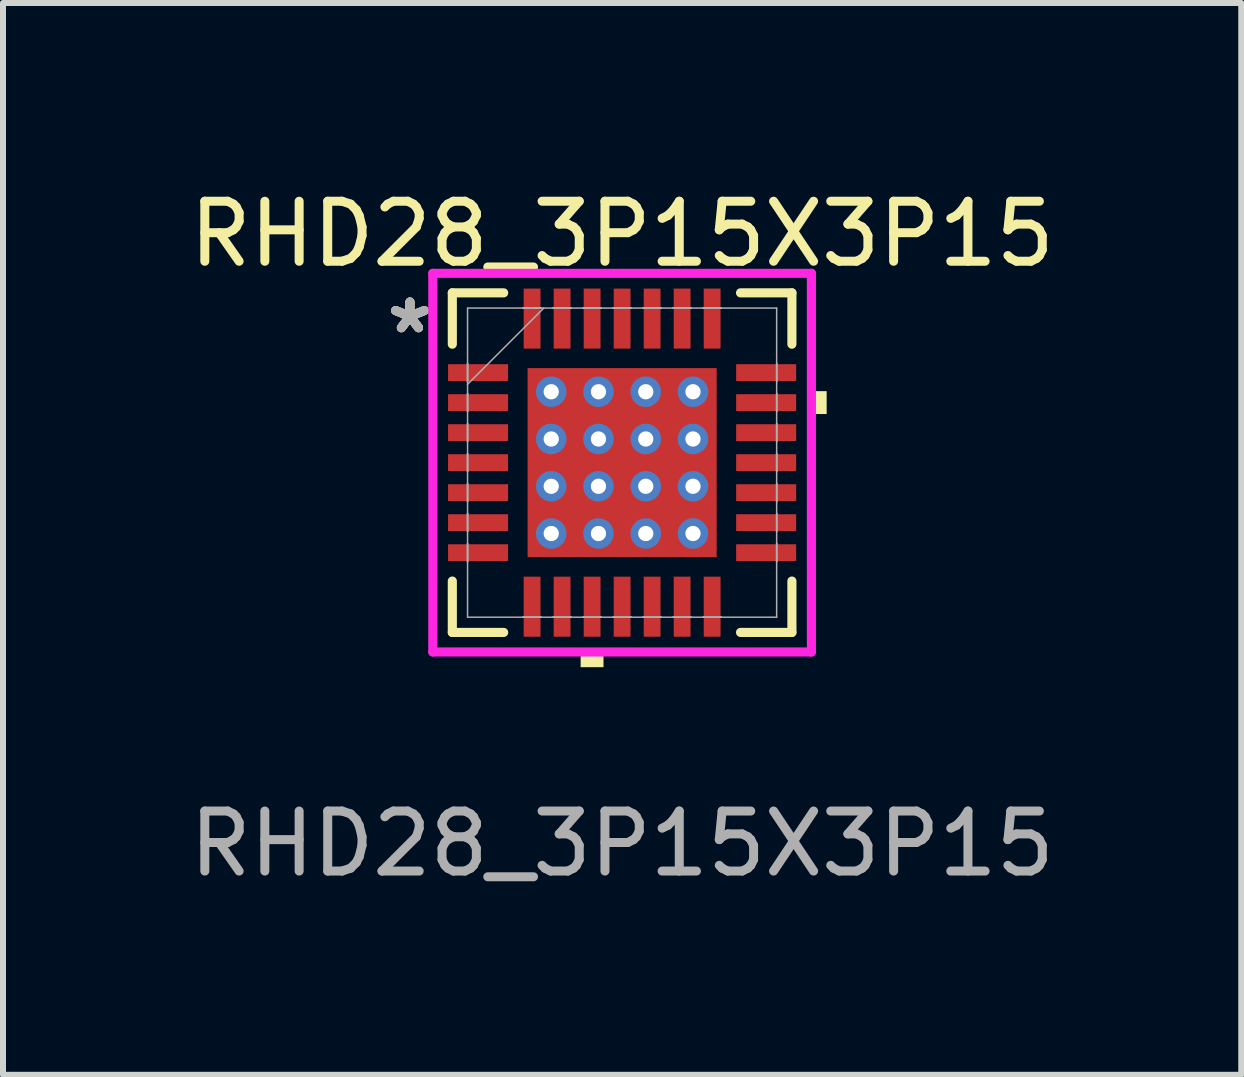
<source format=kicad_pcb>
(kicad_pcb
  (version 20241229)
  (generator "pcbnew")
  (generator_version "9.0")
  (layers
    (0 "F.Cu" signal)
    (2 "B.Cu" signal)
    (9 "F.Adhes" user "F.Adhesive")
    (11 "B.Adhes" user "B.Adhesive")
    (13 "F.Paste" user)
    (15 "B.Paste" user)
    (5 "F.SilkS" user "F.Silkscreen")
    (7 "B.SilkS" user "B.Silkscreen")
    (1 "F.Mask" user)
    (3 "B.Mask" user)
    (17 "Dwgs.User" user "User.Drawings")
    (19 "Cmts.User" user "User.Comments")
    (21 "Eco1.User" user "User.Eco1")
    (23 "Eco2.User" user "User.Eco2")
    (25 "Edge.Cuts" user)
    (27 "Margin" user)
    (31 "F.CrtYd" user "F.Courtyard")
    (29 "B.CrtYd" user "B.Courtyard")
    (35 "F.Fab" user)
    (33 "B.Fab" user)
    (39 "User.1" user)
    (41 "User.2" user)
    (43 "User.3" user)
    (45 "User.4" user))
  (footprint "RHD28_3P15X3P15"
    (layer "F.Cu")
    (at 7.315 4.658)
    (property "Reference" "RHD28_3P15X3P15" (at 0 -3.81 0) (unlocked yes) (layer "F.SilkS") (effects (font (size 1 1) (thickness 0.15))))
    (attr smd)
    (fp_poly (pts (xy -2.97 -1.71) (xy -2.97 -1.29) (xy -1.83 -1.29) (xy -1.83 -1.71)) (stroke (width 0) (type solid)) (fill yes) (layer "F.Mask"))
    (fp_poly (pts (xy -2.97 -1.21) (xy -2.97 -0.79) (xy -1.83 -0.79) (xy -1.83 -1.21)) (stroke (width 0) (type solid)) (fill yes) (layer "F.Mask"))
    (fp_poly (pts (xy -2.97 -0.71) (xy -2.97 -0.29) (xy -1.83 -0.29) (xy -1.83 -0.71)) (stroke (width 0) (type solid)) (fill yes) (layer "F.Mask"))
    (fp_poly (pts (xy -2.97 -0.21) (xy -2.97 0.21) (xy -1.83 0.21) (xy -1.83 -0.21)) (stroke (width 0) (type solid)) (fill yes) (layer "F.Mask"))
    (fp_poly (pts (xy -2.97 0.29) (xy -2.97 0.71) (xy -1.83 0.71) (xy -1.83 0.29)) (stroke (width 0) (type solid)) (fill yes) (layer "F.Mask"))
    (fp_poly (pts (xy -2.97 0.79) (xy -2.97 1.21) (xy -1.83 1.21) (xy -1.83 0.79)) (stroke (width 0) (type solid)) (fill yes) (layer "F.Mask"))
    (fp_poly (pts (xy -2.97 1.29) (xy -2.97 1.71) (xy -1.83 1.71) (xy -1.83 1.29)) (stroke (width 0) (type solid)) (fill yes) (layer "F.Mask"))
    (fp_poly (pts (xy -1.71 -2.97) (xy -1.71 -1.83) (xy -1.291 -1.83) (xy -1.291 -2.97)) (stroke (width 0) (type solid)) (fill yes) (layer "F.Mask"))
    (fp_poly (pts (xy -1.71 1.83) (xy -1.71 2.97) (xy -1.291 2.97) (xy -1.291 1.83)) (stroke (width 0) (type solid)) (fill yes) (layer "F.Mask"))
    (fp_poly (pts (xy -1.638 -1.638) (xy -1.381 -1.638) (xy -1.381 1.638) (xy -1.638 1.638)) (stroke (width 0) (type solid)) (fill yes) (layer "F.Mask"))
    (fp_poly (pts (xy -1.638 -1.638) (xy 1.638 -1.638) (xy 1.638 -1.381) (xy -1.638 -1.381)) (stroke (width 0) (type solid)) (fill yes) (layer "F.Mask"))
    (fp_poly (pts (xy -1.638 -0.981) (xy 1.638 -0.981) (xy 1.638 -0.594) (xy -1.638 -0.594)) (stroke (width 0) (type solid)) (fill yes) (layer "F.Mask"))
    (fp_poly (pts (xy -1.638 -0.194) (xy 1.638 -0.194) (xy 1.638 0.194) (xy -1.638 0.194)) (stroke (width 0) (type solid)) (fill yes) (layer "F.Mask"))
    (fp_poly (pts (xy -1.638 0.594) (xy 1.638 0.594) (xy 1.638 0.981) (xy -1.638 0.981)) (stroke (width 0) (type solid)) (fill yes) (layer "F.Mask"))
    (fp_poly (pts (xy -1.638 1.381) (xy 1.638 1.381) (xy 1.638 1.638) (xy -1.638 1.638)) (stroke (width 0) (type solid)) (fill yes) (layer "F.Mask"))
    (fp_poly (pts (xy -1.21 -2.97) (xy -1.21 -1.83) (xy -0.791 -1.83) (xy -0.791 -2.97)) (stroke (width 0) (type solid)) (fill yes) (layer "F.Mask"))
    (fp_poly (pts (xy -1.21 1.83) (xy -1.21 2.97) (xy -0.791 2.97) (xy -0.791 1.83)) (stroke (width 0) (type solid)) (fill yes) (layer "F.Mask"))
    (fp_poly (pts (xy -0.71 -2.97) (xy -0.71 -1.83) (xy -0.291 -1.83) (xy -0.291 -2.97)) (stroke (width 0) (type solid)) (fill yes) (layer "F.Mask"))
    (fp_poly (pts (xy -0.71 1.83) (xy -0.71 2.97) (xy -0.291 2.97) (xy -0.291 1.83)) (stroke (width 0) (type solid)) (fill yes) (layer "F.Mask"))
    (fp_poly (pts (xy -0.594 -1.638) (xy -0.981 -1.638) (xy -0.981 1.638) (xy -0.594 1.638)) (stroke (width 0) (type solid)) (fill yes) (layer "F.Mask"))
    (fp_poly (pts (xy -0.21 -2.97) (xy -0.21 -1.83) (xy 0.21 -1.83) (xy 0.21 -2.97)) (stroke (width 0) (type solid)) (fill yes) (layer "F.Mask"))
    (fp_poly (pts (xy -0.21 1.83) (xy -0.21 2.97) (xy 0.21 2.97) (xy 0.21 1.83)) (stroke (width 0) (type solid)) (fill yes) (layer "F.Mask"))
    (fp_poly (pts (xy 0.194 -1.638) (xy -0.194 -1.638) (xy -0.194 1.638) (xy 0.194 1.638)) (stroke (width 0) (type solid)) (fill yes) (layer "F.Mask"))
    (fp_poly (pts (xy 0.291 -2.97) (xy 0.291 -1.83) (xy 0.71 -1.83) (xy 0.71 -2.97)) (stroke (width 0) (type solid)) (fill yes) (layer "F.Mask"))
    (fp_poly (pts (xy 0.291 1.83) (xy 0.291 2.97) (xy 0.71 2.97) (xy 0.71 1.83)) (stroke (width 0) (type solid)) (fill yes) (layer "F.Mask"))
    (fp_poly (pts (xy 0.791 -2.97) (xy 0.791 -1.83) (xy 1.21 -1.83) (xy 1.21 -2.97)) (stroke (width 0) (type solid)) (fill yes) (layer "F.Mask"))
    (fp_poly (pts (xy 0.791 1.83) (xy 0.791 2.97) (xy 1.21 2.97) (xy 1.21 1.83)) (stroke (width 0) (type solid)) (fill yes) (layer "F.Mask"))
    (fp_poly (pts (xy 0.981 -1.638) (xy 0.594 -1.638) (xy 0.594 1.638) (xy 0.981 1.638)) (stroke (width 0) (type solid)) (fill yes) (layer "F.Mask"))
    (fp_poly (pts (xy 1.291 -2.97) (xy 1.291 -1.83) (xy 1.71 -1.83) (xy 1.71 -2.97)) (stroke (width 0) (type solid)) (fill yes) (layer "F.Mask"))
    (fp_poly (pts (xy 1.291 1.83) (xy 1.291 2.97) (xy 1.71 2.97) (xy 1.71 1.83)) (stroke (width 0) (type solid)) (fill yes) (layer "F.Mask"))
    (fp_poly (pts (xy 1.381 -1.638) (xy 1.638 -1.638) (xy 1.638 1.638) (xy 1.381 1.638)) (stroke (width 0) (type solid)) (fill yes) (layer "F.Mask"))
    (fp_poly (pts (xy 1.83 -1.71) (xy 1.83 -1.29) (xy 2.97 -1.29) (xy 2.97 -1.71)) (stroke (width 0) (type solid)) (fill yes) (layer "F.Mask"))
    (fp_poly (pts (xy 1.83 -1.21) (xy 1.83 -0.79) (xy 2.97 -0.79) (xy 2.97 -1.21)) (stroke (width 0) (type solid)) (fill yes) (layer "F.Mask"))
    (fp_poly (pts (xy 1.83 -0.71) (xy 1.83 -0.29) (xy 2.97 -0.29) (xy 2.97 -0.71)) (stroke (width 0) (type solid)) (fill yes) (layer "F.Mask"))
    (fp_poly (pts (xy 1.83 -0.21) (xy 1.83 0.21) (xy 2.97 0.21) (xy 2.97 -0.21)) (stroke (width 0) (type solid)) (fill yes) (layer "F.Mask"))
    (fp_poly (pts (xy 1.83 0.29) (xy 1.83 0.71) (xy 2.97 0.71) (xy 2.97 0.29)) (stroke (width 0) (type solid)) (fill yes) (layer "F.Mask"))
    (fp_poly (pts (xy 1.83 0.79) (xy 1.83 1.21) (xy 2.97 1.21) (xy 2.97 0.79)) (stroke (width 0) (type solid)) (fill yes) (layer "F.Mask"))
    (fp_poly (pts (xy 1.83 1.29) (xy 1.83 1.71) (xy 2.97 1.71) (xy 2.97 1.29)) (stroke (width 0) (type solid)) (fill yes) (layer "F.Mask"))
    (fp_line (start -2.829 -2.829) (end -2.829 -1.973) (stroke (width 0.152) (type solid)) (layer "F.SilkS"))
    (fp_line (start -2.829 1.973) (end -2.829 2.829) (stroke (width 0.152) (type solid)) (layer "F.SilkS"))
    (fp_line (start -2.829 2.829) (end -1.973 2.829) (stroke (width 0.152) (type solid)) (layer "F.SilkS"))
    (fp_line (start -1.973 -2.829) (end -2.829 -2.829) (stroke (width 0.152) (type solid)) (layer "F.SilkS"))
    (fp_line (start 1.973 2.829) (end 2.829 2.829) (stroke (width 0.152) (type solid)) (layer "F.SilkS"))
    (fp_line (start 2.829 -2.829) (end 1.973 -2.829) (stroke (width 0.152) (type solid)) (layer "F.SilkS"))
    (fp_line (start 2.829 -1.973) (end 2.829 -2.829) (stroke (width 0.152) (type solid)) (layer "F.SilkS"))
    (fp_line (start 2.829 2.829) (end 2.829 1.973) (stroke (width 0.152) (type solid)) (layer "F.SilkS"))
    (fp_poly (pts (xy -0.691 3.154) (xy -0.691 3.408) (xy -0.31 3.408) (xy -0.31 3.154)) (stroke (width 0) (type solid)) (fill yes) (layer "F.SilkS"))
    (fp_poly (pts (xy 3.408 -1.191) (xy 3.408 -0.81) (xy 3.154 -0.81) (xy 3.154 -1.191)) (stroke (width 0) (type solid)) (fill yes) (layer "F.SilkS"))
    (fp_poly (pts (xy -2.875 -1.615) (xy -2.875 -1.385) (xy -1.925 -1.385) (xy -1.925 -1.615)) (stroke (width 0) (type solid)) (fill yes) (layer "F.Paste"))
    (fp_poly (pts (xy -2.875 -1.115) (xy -2.875 -0.885) (xy -1.925 -0.885) (xy -1.925 -1.115)) (stroke (width 0) (type solid)) (fill yes) (layer "F.Paste"))
    (fp_poly (pts (xy -2.875 -0.615) (xy -2.875 -0.385) (xy -1.925 -0.385) (xy -1.925 -0.615)) (stroke (width 0) (type solid)) (fill yes) (layer "F.Paste"))
    (fp_poly (pts (xy -2.875 -0.115) (xy -2.875 0.115) (xy -1.925 0.115) (xy -1.925 -0.115)) (stroke (width 0) (type solid)) (fill yes) (layer "F.Paste"))
    (fp_poly (pts (xy -2.875 0.385) (xy -2.875 0.615) (xy -1.925 0.615) (xy -1.925 0.385)) (stroke (width 0) (type solid)) (fill yes) (layer "F.Paste"))
    (fp_poly (pts (xy -2.875 0.885) (xy -2.875 1.115) (xy -1.925 1.115) (xy -1.925 0.885)) (stroke (width 0) (type solid)) (fill yes) (layer "F.Paste"))
    (fp_poly (pts (xy -2.875 1.385) (xy -2.875 1.615) (xy -1.925 1.615) (xy -1.925 1.385)) (stroke (width 0) (type solid)) (fill yes) (layer "F.Paste"))
    (fp_poly (pts (xy -1.615 -2.875) (xy -1.615 -1.925) (xy -1.385 -1.925) (xy -1.385 -2.875)) (stroke (width 0) (type solid)) (fill yes) (layer "F.Paste"))
    (fp_poly (pts (xy -1.615 1.925) (xy -1.615 2.875) (xy -1.385 2.875) (xy -1.385 1.925)) (stroke (width 0) (type solid)) (fill yes) (layer "F.Paste"))
    (fp_poly (pts (xy -1.115 -2.875) (xy -1.115 -1.925) (xy -0.885 -1.925) (xy -0.885 -2.875)) (stroke (width 0) (type solid)) (fill yes) (layer "F.Paste"))
    (fp_poly (pts (xy -1.115 1.925) (xy -1.115 2.875) (xy -0.885 2.875) (xy -0.885 1.925)) (stroke (width 0) (type solid)) (fill yes) (layer "F.Paste"))
    (fp_poly (pts (xy -0.615 -2.875) (xy -0.615 -1.925) (xy -0.385 -1.925) (xy -0.385 -2.875)) (stroke (width 0) (type solid)) (fill yes) (layer "F.Paste"))
    (fp_poly (pts (xy -0.615 1.925) (xy -0.615 2.875) (xy -0.385 2.875) (xy -0.385 1.925)) (stroke (width 0) (type solid)) (fill yes) (layer "F.Paste"))
    (fp_poly (pts (xy -0.115 -2.875) (xy -0.115 -1.925) (xy 0.115 -1.925) (xy 0.115 -2.875)) (stroke (width 0) (type solid)) (fill yes) (layer "F.Paste"))
    (fp_poly (pts (xy -0.115 1.925) (xy -0.115 2.875) (xy 0.115 2.875) (xy 0.115 1.925)) (stroke (width 0) (type solid)) (fill yes) (layer "F.Paste"))
    (fp_poly (pts (xy 0.385 -2.875) (xy 0.385 -1.925) (xy 0.615 -1.925) (xy 0.615 -2.875)) (stroke (width 0) (type solid)) (fill yes) (layer "F.Paste"))
    (fp_poly (pts (xy 0.385 1.925) (xy 0.385 2.875) (xy 0.615 2.875) (xy 0.615 1.925)) (stroke (width 0) (type solid)) (fill yes) (layer "F.Paste"))
    (fp_poly (pts (xy 0.885 -2.875) (xy 0.885 -1.925) (xy 1.115 -1.925) (xy 1.115 -2.875)) (stroke (width 0) (type solid)) (fill yes) (layer "F.Paste"))
    (fp_poly (pts (xy 0.885 1.925) (xy 0.885 2.875) (xy 1.115 2.875) (xy 1.115 1.925)) (stroke (width 0) (type solid)) (fill yes) (layer "F.Paste"))
    (fp_poly (pts (xy 1.385 -2.875) (xy 1.385 -1.925) (xy 1.615 -1.925) (xy 1.615 -2.875)) (stroke (width 0) (type solid)) (fill yes) (layer "F.Paste"))
    (fp_poly (pts (xy 1.385 1.925) (xy 1.385 2.875) (xy 1.615 2.875) (xy 1.615 1.925)) (stroke (width 0) (type solid)) (fill yes) (layer "F.Paste"))
    (fp_poly (pts (xy 1.925 -1.615) (xy 1.925 -1.385) (xy 2.875 -1.385) (xy 2.875 -1.615)) (stroke (width 0) (type solid)) (fill yes) (layer "F.Paste"))
    (fp_poly (pts (xy 1.925 -1.115) (xy 1.925 -0.885) (xy 2.875 -0.885) (xy 2.875 -1.115)) (stroke (width 0) (type solid)) (fill yes) (layer "F.Paste"))
    (fp_poly (pts (xy 1.925 -0.615) (xy 1.925 -0.385) (xy 2.875 -0.385) (xy 2.875 -0.615)) (stroke (width 0) (type solid)) (fill yes) (layer "F.Paste"))
    (fp_poly (pts (xy 1.925 -0.115) (xy 1.925 0.115) (xy 2.875 0.115) (xy 2.875 -0.115)) (stroke (width 0) (type solid)) (fill yes) (layer "F.Paste"))
    (fp_poly (pts (xy 1.925 0.385) (xy 1.925 0.615) (xy 2.875 0.615) (xy 2.875 0.385)) (stroke (width 0) (type solid)) (fill yes) (layer "F.Paste"))
    (fp_poly (pts (xy 1.925 0.885) (xy 1.925 1.115) (xy 2.875 1.115) (xy 2.875 0.885)) (stroke (width 0) (type solid)) (fill yes) (layer "F.Paste"))
    (fp_poly (pts (xy 1.925 1.385) (xy 1.925 1.615) (xy 2.875 1.615) (xy 2.875 1.385)) (stroke (width 0) (type solid)) (fill yes) (layer "F.Paste"))
    (fp_poly (pts (xy -1.5 -1.5) (xy -1.5 -1.281) (xy -1.423 -1.281) (xy -1.281 -1.423) (xy -1.281 -1.5)) (stroke (width 0) (type solid)) (fill yes) (layer "F.Paste"))
    (fp_poly (pts (xy -1.5 1.281) (xy -1.5 1.5) (xy -1.281 1.5) (xy -1.281 1.423) (xy -1.423 1.281)) (stroke (width 0) (type solid)) (fill yes) (layer "F.Paste"))
    (fp_poly (pts (xy 1.281 -1.5) (xy 1.281 -1.423) (xy 1.423 -1.281) (xy 1.5 -1.281) (xy 1.5 -1.5)) (stroke (width 0) (type solid)) (fill yes) (layer "F.Paste"))
    (fp_poly (pts (xy 1.423 1.281) (xy 1.281 1.423) (xy 1.281 1.5) (xy 1.5 1.5) (xy 1.5 1.281)) (stroke (width 0) (type solid)) (fill yes) (layer "F.Paste"))
    (fp_poly (pts (xy -1.5 -1.081) (xy -1.5 -0.494) (xy -1.423 -0.494) (xy -1.281 -0.635) (xy -1.281 -0.94) (xy -1.423 -1.081)) (stroke (width 0) (type solid)) (fill yes) (layer "F.Paste"))
    (fp_poly (pts (xy -1.5 -0.294) (xy -1.5 0.294) (xy -1.423 0.294) (xy -1.281 0.152) (xy -1.281 -0.152) (xy -1.423 -0.294)) (stroke (width 0) (type solid)) (fill yes) (layer "F.Paste"))
    (fp_poly (pts (xy -1.5 0.494) (xy -1.5 1.081) (xy -1.423 1.081) (xy -1.281 0.94) (xy -1.281 0.635) (xy -1.423 0.494)) (stroke (width 0) (type solid)) (fill yes) (layer "F.Paste"))
    (fp_poly (pts (xy -1.081 -1.5) (xy -1.081 -1.423) (xy -0.94 -1.281) (xy -0.635 -1.281) (xy -0.494 -1.423) (xy -0.494 -1.5)) (stroke (width 0) (type solid)) (fill yes) (layer "F.Paste"))
    (fp_poly (pts (xy -0.94 1.281) (xy -1.081 1.423) (xy -1.081 1.5) (xy -0.494 1.5) (xy -0.494 1.423) (xy -0.635 1.281)) (stroke (width 0) (type solid)) (fill yes) (layer "F.Paste"))
    (fp_poly (pts (xy -0.294 -1.5) (xy -0.294 -1.423) (xy -0.152 -1.281) (xy 0.152 -1.281) (xy 0.294 -1.423) (xy 0.294 -1.5)) (stroke (width 0) (type solid)) (fill yes) (layer "F.Paste"))
    (fp_poly (pts (xy -0.152 1.281) (xy -0.294 1.423) (xy -0.294 1.5) (xy 0.294 1.5) (xy 0.294 1.423) (xy 0.152 1.281)) (stroke (width 0) (type solid)) (fill yes) (layer "F.Paste"))
    (fp_poly (pts (xy 0.494 -1.5) (xy 0.494 -1.423) (xy 0.635 -1.281) (xy 0.94 -1.281) (xy 1.081 -1.423) (xy 1.081 -1.5)) (stroke (width 0) (type solid)) (fill yes) (layer "F.Paste"))
    (fp_poly (pts (xy 0.635 1.281) (xy 0.494 1.423) (xy 0.494 1.5) (xy 1.081 1.5) (xy 1.081 1.423) (xy 0.94 1.281)) (stroke (width 0) (type solid)) (fill yes) (layer "F.Paste"))
    (fp_poly (pts (xy 1.423 -1.081) (xy 1.281 -0.94) (xy 1.281 -0.635) (xy 1.423 -0.494) (xy 1.5 -0.494) (xy 1.5 -1.081)) (stroke (width 0) (type solid)) (fill yes) (layer "F.Paste"))
    (fp_poly (pts (xy 1.423 -0.294) (xy 1.281 -0.152) (xy 1.281 0.152) (xy 1.423 0.294) (xy 1.5 0.294) (xy 1.5 -0.294)) (stroke (width 0) (type solid)) (fill yes) (layer "F.Paste"))
    (fp_poly (pts (xy 1.423 0.494) (xy 1.281 0.635) (xy 1.281 0.94) (xy 1.423 1.081) (xy 1.5 1.081) (xy 1.5 0.494)) (stroke (width 0) (type solid)) (fill yes) (layer "F.Paste"))
    (fp_poly (pts (xy -0.94 -1.081) (xy -1.081 -0.94) (xy -1.081 -0.635) (xy -0.94 -0.494) (xy -0.635 -0.494) (xy -0.494 -0.635) (xy -0.494 -0.94) (xy -0.635 -1.081)) (stroke (width 0) (type solid)) (fill yes) (layer "F.Paste"))
    (fp_poly (pts (xy -0.94 -0.294) (xy -1.081 -0.152) (xy -1.081 0.152) (xy -0.94 0.294) (xy -0.635 0.294) (xy -0.494 0.152) (xy -0.494 -0.152) (xy -0.635 -0.294)) (stroke (width 0) (type solid)) (fill yes) (layer "F.Paste"))
    (fp_poly (pts (xy -0.94 0.494) (xy -1.081 0.635) (xy -1.081 0.94) (xy -0.94 1.081) (xy -0.635 1.081) (xy -0.494 0.94) (xy -0.494 0.635) (xy -0.635 0.494)) (stroke (width 0) (type solid)) (fill yes) (layer "F.Paste"))
    (fp_poly (pts (xy -0.152 -1.081) (xy -0.294 -0.94) (xy -0.294 -0.635) (xy -0.152 -0.494) (xy 0.152 -0.494) (xy 0.294 -0.635) (xy 0.294 -0.94) (xy 0.152 -1.081)) (stroke (width 0) (type solid)) (fill yes) (layer "F.Paste"))
    (fp_poly (pts (xy -0.152 -0.294) (xy -0.294 -0.152) (xy -0.294 0.152) (xy -0.152 0.294) (xy 0.152 0.294) (xy 0.294 0.152) (xy 0.294 -0.152) (xy 0.152 -0.294)) (stroke (width 0) (type solid)) (fill yes) (layer "F.Paste"))
    (fp_poly (pts (xy -0.152 0.494) (xy -0.294 0.635) (xy -0.294 0.94) (xy -0.152 1.081) (xy 0.152 1.081) (xy 0.294 0.94) (xy 0.294 0.635) (xy 0.152 0.494)) (stroke (width 0) (type solid)) (fill yes) (layer "F.Paste"))
    (fp_poly (pts (xy 0.635 -1.081) (xy 0.494 -0.94) (xy 0.494 -0.635) (xy 0.635 -0.494) (xy 0.94 -0.494) (xy 1.081 -0.635) (xy 1.081 -0.94) (xy 0.94 -1.081)) (stroke (width 0) (type solid)) (fill yes) (layer "F.Paste"))
    (fp_poly (pts (xy 0.635 -0.294) (xy 0.494 -0.152) (xy 0.494 0.152) (xy 0.635 0.294) (xy 0.94 0.294) (xy 1.081 0.152) (xy 1.081 -0.152) (xy 0.94 -0.294)) (stroke (width 0) (type solid)) (fill yes) (layer "F.Paste"))
    (fp_poly (pts (xy 0.635 0.494) (xy 0.494 0.635) (xy 0.494 0.94) (xy 0.635 1.081) (xy 0.94 1.081) (xy 1.081 0.94) (xy 1.081 0.635) (xy 0.94 0.494)) (stroke (width 0) (type solid)) (fill yes) (layer "F.Paste"))
    (fp_line (start -3.154 -3.154) (end 3.154 -3.154) (stroke (width 0.152) (type solid)) (layer "F.CrtYd"))
    (fp_line (start -3.154 3.154) (end -3.154 -3.154) (stroke (width 0.152) (type solid)) (layer "F.CrtYd"))
    (fp_line (start 3.154 -3.154) (end 3.154 3.154) (stroke (width 0.152) (type solid)) (layer "F.CrtYd"))
    (fp_line (start 3.154 3.154) (end -3.154 3.154) (stroke (width 0.152) (type solid)) (layer "F.CrtYd"))
    (fp_line (start -2.575 -2.575) (end -2.575 2.575) (stroke (width 0.025) (type solid)) (layer "F.Fab"))
    (fp_line (start -2.575 -1.65) (end -2.575 -1.65) (stroke (width 0.025) (type solid)) (layer "F.Fab"))
    (fp_line (start -2.575 -1.65) (end -2.575 -1.35) (stroke (width 0.025) (type solid)) (layer "F.Fab"))
    (fp_line (start -2.575 -1.35) (end -2.575 -1.65) (stroke (width 0.025) (type solid)) (layer "F.Fab"))
    (fp_line (start -2.575 -1.35) (end -2.575 -1.35) (stroke (width 0.025) (type solid)) (layer "F.Fab"))
    (fp_line (start -2.575 -1.305) (end -1.305 -2.575) (stroke (width 0.025) (type solid)) (layer "F.Fab"))
    (fp_line (start -2.575 -1.15) (end -2.575 -1.15) (stroke (width 0.025) (type solid)) (layer "F.Fab"))
    (fp_line (start -2.575 -1.15) (end -2.575 -0.85) (stroke (width 0.025) (type solid)) (layer "F.Fab"))
    (fp_line (start -2.575 -0.85) (end -2.575 -1.15) (stroke (width 0.025) (type solid)) (layer "F.Fab"))
    (fp_line (start -2.575 -0.85) (end -2.575 -0.85) (stroke (width 0.025) (type solid)) (layer "F.Fab"))
    (fp_line (start -2.575 -0.65) (end -2.575 -0.65) (stroke (width 0.025) (type solid)) (layer "F.Fab"))
    (fp_line (start -2.575 -0.65) (end -2.575 -0.35) (stroke (width 0.025) (type solid)) (layer "F.Fab"))
    (fp_line (start -2.575 -0.35) (end -2.575 -0.65) (stroke (width 0.025) (type solid)) (layer "F.Fab"))
    (fp_line (start -2.575 -0.35) (end -2.575 -0.35) (stroke (width 0.025) (type solid)) (layer "F.Fab"))
    (fp_line (start -2.575 -0.15) (end -2.575 -0.15) (stroke (width 0.025) (type solid)) (layer "F.Fab"))
    (fp_line (start -2.575 -0.15) (end -2.575 0.15) (stroke (width 0.025) (type solid)) (layer "F.Fab"))
    (fp_line (start -2.575 0.15) (end -2.575 -0.15) (stroke (width 0.025) (type solid)) (layer "F.Fab"))
    (fp_line (start -2.575 0.15) (end -2.575 0.15) (stroke (width 0.025) (type solid)) (layer "F.Fab"))
    (fp_line (start -2.575 0.35) (end -2.575 0.35) (stroke (width 0.025) (type solid)) (layer "F.Fab"))
    (fp_line (start -2.575 0.35) (end -2.575 0.65) (stroke (width 0.025) (type solid)) (layer "F.Fab"))
    (fp_line (start -2.575 0.65) (end -2.575 0.35) (stroke (width 0.025) (type solid)) (layer "F.Fab"))
    (fp_line (start -2.575 0.65) (end -2.575 0.65) (stroke (width 0.025) (type solid)) (layer "F.Fab"))
    (fp_line (start -2.575 0.85) (end -2.575 0.85) (stroke (width 0.025) (type solid)) (layer "F.Fab"))
    (fp_line (start -2.575 0.85) (end -2.575 1.15) (stroke (width 0.025) (type solid)) (layer "F.Fab"))
    (fp_line (start -2.575 1.15) (end -2.575 0.85) (stroke (width 0.025) (type solid)) (layer "F.Fab"))
    (fp_line (start -2.575 1.15) (end -2.575 1.15) (stroke (width 0.025) (type solid)) (layer "F.Fab"))
    (fp_line (start -2.575 1.35) (end -2.575 1.35) (stroke (width 0.025) (type solid)) (layer "F.Fab"))
    (fp_line (start -2.575 1.35) (end -2.575 1.65) (stroke (width 0.025) (type solid)) (layer "F.Fab"))
    (fp_line (start -2.575 1.65) (end -2.575 1.35) (stroke (width 0.025) (type solid)) (layer "F.Fab"))
    (fp_line (start -2.575 1.65) (end -2.575 1.65) (stroke (width 0.025) (type solid)) (layer "F.Fab"))
    (fp_line (start -2.575 2.575) (end 2.575 2.575) (stroke (width 0.025) (type solid)) (layer "F.Fab"))
    (fp_line (start -1.65 -2.575) (end -1.65 -2.575) (stroke (width 0.025) (type solid)) (layer "F.Fab"))
    (fp_line (start -1.65 -2.575) (end -1.35 -2.575) (stroke (width 0.025) (type solid)) (layer "F.Fab"))
    (fp_line (start -1.65 2.575) (end -1.65 2.575) (stroke (width 0.025) (type solid)) (layer "F.Fab"))
    (fp_line (start -1.65 2.575) (end -1.35 2.575) (stroke (width 0.025) (type solid)) (layer "F.Fab"))
    (fp_line (start -1.35 -2.575) (end -1.65 -2.575) (stroke (width 0.025) (type solid)) (layer "F.Fab"))
    (fp_line (start -1.35 -2.575) (end -1.35 -2.575) (stroke (width 0.025) (type solid)) (layer "F.Fab"))
    (fp_line (start -1.35 2.575) (end -1.65 2.575) (stroke (width 0.025) (type solid)) (layer "F.Fab"))
    (fp_line (start -1.35 2.575) (end -1.35 2.575) (stroke (width 0.025) (type solid)) (layer "F.Fab"))
    (fp_line (start -1.15 -2.575) (end -1.15 -2.575) (stroke (width 0.025) (type solid)) (layer "F.Fab"))
    (fp_line (start -1.15 -2.575) (end -0.85 -2.575) (stroke (width 0.025) (type solid)) (layer "F.Fab"))
    (fp_line (start -1.15 2.575) (end -1.15 2.575) (stroke (width 0.025) (type solid)) (layer "F.Fab"))
    (fp_line (start -1.15 2.575) (end -0.85 2.575) (stroke (width 0.025) (type solid)) (layer "F.Fab"))
    (fp_line (start -0.85 -2.575) (end -1.15 -2.575) (stroke (width 0.025) (type solid)) (layer "F.Fab"))
    (fp_line (start -0.85 -2.575) (end -0.85 -2.575) (stroke (width 0.025) (type solid)) (layer "F.Fab"))
    (fp_line (start -0.85 2.575) (end -1.15 2.575) (stroke (width 0.025) (type solid)) (layer "F.Fab"))
    (fp_line (start -0.85 2.575) (end -0.85 2.575) (stroke (width 0.025) (type solid)) (layer "F.Fab"))
    (fp_line (start -0.65 -2.575) (end -0.65 -2.575) (stroke (width 0.025) (type solid)) (layer "F.Fab"))
    (fp_line (start -0.65 -2.575) (end -0.35 -2.575) (stroke (width 0.025) (type solid)) (layer "F.Fab"))
    (fp_line (start -0.65 2.575) (end -0.65 2.575) (stroke (width 0.025) (type solid)) (layer "F.Fab"))
    (fp_line (start -0.65 2.575) (end -0.35 2.575) (stroke (width 0.025) (type solid)) (layer "F.Fab"))
    (fp_line (start -0.35 -2.575) (end -0.65 -2.575) (stroke (width 0.025) (type solid)) (layer "F.Fab"))
    (fp_line (start -0.35 -2.575) (end -0.35 -2.575) (stroke (width 0.025) (type solid)) (layer "F.Fab"))
    (fp_line (start -0.35 2.575) (end -0.65 2.575) (stroke (width 0.025) (type solid)) (layer "F.Fab"))
    (fp_line (start -0.35 2.575) (end -0.35 2.575) (stroke (width 0.025) (type solid)) (layer "F.Fab"))
    (fp_line (start -0.15 -2.575) (end -0.15 -2.575) (stroke (width 0.025) (type solid)) (layer "F.Fab"))
    (fp_line (start -0.15 -2.575) (end 0.15 -2.575) (stroke (width 0.025) (type solid)) (layer "F.Fab"))
    (fp_line (start -0.15 2.575) (end -0.15 2.575) (stroke (width 0.025) (type solid)) (layer "F.Fab"))
    (fp_line (start -0.15 2.575) (end 0.15 2.575) (stroke (width 0.025) (type solid)) (layer "F.Fab"))
    (fp_line (start 0.15 -2.575) (end -0.15 -2.575) (stroke (width 0.025) (type solid)) (layer "F.Fab"))
    (fp_line (start 0.15 -2.575) (end 0.15 -2.575) (stroke (width 0.025) (type solid)) (layer "F.Fab"))
    (fp_line (start 0.15 2.575) (end -0.15 2.575) (stroke (width 0.025) (type solid)) (layer "F.Fab"))
    (fp_line (start 0.15 2.575) (end 0.15 2.575) (stroke (width 0.025) (type solid)) (layer "F.Fab"))
    (fp_line (start 0.35 -2.575) (end 0.35 -2.575) (stroke (width 0.025) (type solid)) (layer "F.Fab"))
    (fp_line (start 0.35 -2.575) (end 0.65 -2.575) (stroke (width 0.025) (type solid)) (layer "F.Fab"))
    (fp_line (start 0.35 2.575) (end 0.35 2.575) (stroke (width 0.025) (type solid)) (layer "F.Fab"))
    (fp_line (start 0.35 2.575) (end 0.65 2.575) (stroke (width 0.025) (type solid)) (layer "F.Fab"))
    (fp_line (start 0.65 -2.575) (end 0.35 -2.575) (stroke (width 0.025) (type solid)) (layer "F.Fab"))
    (fp_line (start 0.65 -2.575) (end 0.65 -2.575) (stroke (width 0.025) (type solid)) (layer "F.Fab"))
    (fp_line (start 0.65 2.575) (end 0.35 2.575) (stroke (width 0.025) (type solid)) (layer "F.Fab"))
    (fp_line (start 0.65 2.575) (end 0.65 2.575) (stroke (width 0.025) (type solid)) (layer "F.Fab"))
    (fp_line (start 0.85 -2.575) (end 0.85 -2.575) (stroke (width 0.025) (type solid)) (layer "F.Fab"))
    (fp_line (start 0.85 -2.575) (end 1.15 -2.575) (stroke (width 0.025) (type solid)) (layer "F.Fab"))
    (fp_line (start 0.85 2.575) (end 0.85 2.575) (stroke (width 0.025) (type solid)) (layer "F.Fab"))
    (fp_line (start 0.85 2.575) (end 1.15 2.575) (stroke (width 0.025) (type solid)) (layer "F.Fab"))
    (fp_line (start 1.15 -2.575) (end 0.85 -2.575) (stroke (width 0.025) (type solid)) (layer "F.Fab"))
    (fp_line (start 1.15 -2.575) (end 1.15 -2.575) (stroke (width 0.025) (type solid)) (layer "F.Fab"))
    (fp_line (start 1.15 2.575) (end 0.85 2.575) (stroke (width 0.025) (type solid)) (layer "F.Fab"))
    (fp_line (start 1.15 2.575) (end 1.15 2.575) (stroke (width 0.025) (type solid)) (layer "F.Fab"))
    (fp_line (start 1.35 -2.575) (end 1.35 -2.575) (stroke (width 0.025) (type solid)) (layer "F.Fab"))
    (fp_line (start 1.35 -2.575) (end 1.65 -2.575) (stroke (width 0.025) (type solid)) (layer "F.Fab"))
    (fp_line (start 1.35 2.575) (end 1.35 2.575) (stroke (width 0.025) (type solid)) (layer "F.Fab"))
    (fp_line (start 1.35 2.575) (end 1.65 2.575) (stroke (width 0.025) (type solid)) (layer "F.Fab"))
    (fp_line (start 1.65 -2.575) (end 1.35 -2.575) (stroke (width 0.025) (type solid)) (layer "F.Fab"))
    (fp_line (start 1.65 -2.575) (end 1.65 -2.575) (stroke (width 0.025) (type solid)) (layer "F.Fab"))
    (fp_line (start 1.65 2.575) (end 1.35 2.575) (stroke (width 0.025) (type solid)) (layer "F.Fab"))
    (fp_line (start 1.65 2.575) (end 1.65 2.575) (stroke (width 0.025) (type solid)) (layer "F.Fab"))
    (fp_line (start 2.575 -2.575) (end -2.575 -2.575) (stroke (width 0.025) (type solid)) (layer "F.Fab"))
    (fp_line (start 2.575 -1.65) (end 2.575 -1.65) (stroke (width 0.025) (type solid)) (layer "F.Fab"))
    (fp_line (start 2.575 -1.65) (end 2.575 -1.35) (stroke (width 0.025) (type solid)) (layer "F.Fab"))
    (fp_line (start 2.575 -1.35) (end 2.575 -1.65) (stroke (width 0.025) (type solid)) (layer "F.Fab"))
    (fp_line (start 2.575 -1.35) (end 2.575 -1.35) (stroke (width 0.025) (type solid)) (layer "F.Fab"))
    (fp_line (start 2.575 -1.15) (end 2.575 -1.15) (stroke (width 0.025) (type solid)) (layer "F.Fab"))
    (fp_line (start 2.575 -1.15) (end 2.575 -0.85) (stroke (width 0.025) (type solid)) (layer "F.Fab"))
    (fp_line (start 2.575 -0.85) (end 2.575 -1.15) (stroke (width 0.025) (type solid)) (layer "F.Fab"))
    (fp_line (start 2.575 -0.85) (end 2.575 -0.85) (stroke (width 0.025) (type solid)) (layer "F.Fab"))
    (fp_line (start 2.575 -0.65) (end 2.575 -0.65) (stroke (width 0.025) (type solid)) (layer "F.Fab"))
    (fp_line (start 2.575 -0.65) (end 2.575 -0.35) (stroke (width 0.025) (type solid)) (layer "F.Fab"))
    (fp_line (start 2.575 -0.35) (end 2.575 -0.65) (stroke (width 0.025) (type solid)) (layer "F.Fab"))
    (fp_line (start 2.575 -0.35) (end 2.575 -0.35) (stroke (width 0.025) (type solid)) (layer "F.Fab"))
    (fp_line (start 2.575 -0.15) (end 2.575 -0.15) (stroke (width 0.025) (type solid)) (layer "F.Fab"))
    (fp_line (start 2.575 -0.15) (end 2.575 0.15) (stroke (width 0.025) (type solid)) (layer "F.Fab"))
    (fp_line (start 2.575 0.15) (end 2.575 -0.15) (stroke (width 0.025) (type solid)) (layer "F.Fab"))
    (fp_line (start 2.575 0.15) (end 2.575 0.15) (stroke (width 0.025) (type solid)) (layer "F.Fab"))
    (fp_line (start 2.575 0.35) (end 2.575 0.35) (stroke (width 0.025) (type solid)) (layer "F.Fab"))
    (fp_line (start 2.575 0.35) (end 2.575 0.65) (stroke (width 0.025) (type solid)) (layer "F.Fab"))
    (fp_line (start 2.575 0.65) (end 2.575 0.35) (stroke (width 0.025) (type solid)) (layer "F.Fab"))
    (fp_line (start 2.575 0.65) (end 2.575 0.65) (stroke (width 0.025) (type solid)) (layer "F.Fab"))
    (fp_line (start 2.575 0.85) (end 2.575 0.85) (stroke (width 0.025) (type solid)) (layer "F.Fab"))
    (fp_line (start 2.575 0.85) (end 2.575 1.15) (stroke (width 0.025) (type solid)) (layer "F.Fab"))
    (fp_line (start 2.575 1.15) (end 2.575 0.85) (stroke (width 0.025) (type solid)) (layer "F.Fab"))
    (fp_line (start 2.575 1.15) (end 2.575 1.15) (stroke (width 0.025) (type solid)) (layer "F.Fab"))
    (fp_line (start 2.575 1.35) (end 2.575 1.35) (stroke (width 0.025) (type solid)) (layer "F.Fab"))
    (fp_line (start 2.575 1.35) (end 2.575 1.65) (stroke (width 0.025) (type solid)) (layer "F.Fab"))
    (fp_line (start 2.575 1.65) (end 2.575 1.35) (stroke (width 0.025) (type solid)) (layer "F.Fab"))
    (fp_line (start 2.575 1.65) (end 2.575 1.65) (stroke (width 0.025) (type solid)) (layer "F.Fab"))
    (fp_line (start 2.575 2.575) (end 2.575 -2.575) (stroke (width 0.025) (type solid)) (layer "F.Fab"))
    (fp_text user "*" (at -3.535 -2.131 0) (unlocked yes) (layer "F.SilkS") (effects (font (size 1 1) (thickness 0.15))))
    (fp_text user "*" (at -3.535 -2.131 0) (layer "F.SilkS") (effects (font (size 1 1) (thickness 0.15))))
    (fp_text user "${REFERENCE}" (at 0 6.35 0) (unlocked yes) (layer "F.Fab") (effects (font (size 1 1) (thickness 0.15))))
    (fp_text user "*" (at -3.535 -2.131 0) (unlocked yes) (layer "F.Fab") (effects (font (size 1 1) (thickness 0.15))))
    (fp_text user "*" (at -3.535 -2.131 0) (layer "F.Fab") (effects (font (size 1 1) (thickness 0.15))))
    (pad "1" smd rect (at -2.4 -1.5 90) (size 0.28 1) (layers "F.Cu" "F.Mask"))
    (pad "2" smd rect (at -2.4 -1 90) (size 0.28 1) (layers "F.Cu" "F.Mask"))
    (pad "3" smd rect (at -2.4 -0.5 90) (size 0.28 1) (layers "F.Cu" "F.Mask"))
    (pad "4" smd rect (at -2.4 0 90) (size 0.28 1) (layers "F.Cu" "F.Mask"))
    (pad "5" smd rect (at -2.4 0.5 90) (size 0.28 1) (layers "F.Cu" "F.Mask"))
    (pad "6" smd rect (at -2.4 1 90) (size 0.28 1) (layers "F.Cu" "F.Mask"))
    (pad "7" smd rect (at -2.4 1.5 90) (size 0.28 1) (layers "F.Cu" "F.Mask"))
    (pad "8" smd rect (at -1.5 2.4) (size 0.28 1) (layers "F.Cu" "F.Mask"))
    (pad "9" smd rect (at -1 2.4) (size 0.28 1) (layers "F.Cu" "F.Mask"))
    (pad "10" smd rect (at -0.5 2.4) (size 0.28 1) (layers "F.Cu" "F.Mask"))
    (pad "11" smd rect (at 0 2.4) (size 0.28 1) (layers "F.Cu" "F.Mask"))
    (pad "12" smd rect (at 0.5 2.4) (size 0.28 1) (layers "F.Cu" "F.Mask"))
    (pad "13" smd rect (at 1 2.4) (size 0.28 1) (layers "F.Cu" "F.Mask"))
    (pad "14" smd rect (at 1.5 2.4) (size 0.28 1) (layers "F.Cu" "F.Mask"))
    (pad "15" smd rect (at 2.4 1.5 90) (size 0.28 1) (layers "F.Cu" "F.Mask"))
    (pad "16" smd rect (at 2.4 1 90) (size 0.28 1) (layers "F.Cu" "F.Mask"))
    (pad "17" smd rect (at 2.4 0.5 90) (size 0.28 1) (layers "F.Cu" "F.Mask"))
    (pad "18" smd rect (at 2.4 0 90) (size 0.28 1) (layers "F.Cu" "F.Mask"))
    (pad "19" smd rect (at 2.4 -0.5 90) (size 0.28 1) (layers "F.Cu" "F.Mask"))
    (pad "20" smd rect (at 2.4 -1 90) (size 0.28 1) (layers "F.Cu" "F.Mask"))
    (pad "21" smd rect (at 2.4 -1.5 90) (size 0.28 1) (layers "F.Cu" "F.Mask"))
    (pad "22" smd rect (at 1.5 -2.4) (size 0.28 1) (layers "F.Cu" "F.Mask"))
    (pad "23" smd rect (at 1 -2.4) (size 0.28 1) (layers "F.Cu" "F.Mask"))
    (pad "24" smd rect (at 0.5 -2.4) (size 0.28 1) (layers "F.Cu" "F.Mask"))
    (pad "25" smd rect (at 0 -2.4) (size 0.28 1) (layers "F.Cu" "F.Mask"))
    (pad "26" smd rect (at -0.5 -2.4) (size 0.28 1) (layers "F.Cu" "F.Mask"))
    (pad "27" smd rect (at -1 -2.4) (size 0.28 1) (layers "F.Cu" "F.Mask"))
    (pad "28" smd rect (at -1.5 -2.4) (size 0.28 1) (layers "F.Cu" "F.Mask"))
    (pad "29" smd rect (at 0 0) (size 3.15 3.15) (layers "F.Cu"))
    (pad "V" thru_hole circle (at -1.181 -1.181) (size 0.508 0.508) (drill 0.254) (layers "*.Cu" "*.Mask"))
    (pad "V" thru_hole circle (at -1.181 -0.394) (size 0.508 0.508) (drill 0.254) (layers "*.Cu" "*.Mask"))
    (pad "V" thru_hole circle (at -1.181 0.394) (size 0.508 0.508) (drill 0.254) (layers "*.Cu" "*.Mask"))
    (pad "V" thru_hole circle (at -1.181 1.181) (size 0.508 0.508) (drill 0.254) (layers "*.Cu" "*.Mask"))
    (pad "V" thru_hole circle (at -0.394 -1.181) (size 0.508 0.508) (drill 0.254) (layers "*.Cu" "*.Mask"))
    (pad "V" thru_hole circle (at -0.394 -0.394) (size 0.508 0.508) (drill 0.254) (layers "*.Cu" "*.Mask"))
    (pad "V" thru_hole circle (at -0.394 0.394) (size 0.508 0.508) (drill 0.254) (layers "*.Cu" "*.Mask"))
    (pad "V" thru_hole circle (at -0.394 1.181) (size 0.508 0.508) (drill 0.254) (layers "*.Cu" "*.Mask"))
    (pad "V" thru_hole circle (at 0.394 -1.181) (size 0.508 0.508) (drill 0.254) (layers "*.Cu" "*.Mask"))
    (pad "V" thru_hole circle (at 0.394 -0.394) (size 0.508 0.508) (drill 0.254) (layers "*.Cu" "*.Mask"))
    (pad "V" thru_hole circle (at 0.394 0.394) (size 0.508 0.508) (drill 0.254) (layers "*.Cu" "*.Mask"))
    (pad "V" thru_hole circle (at 0.394 1.181) (size 0.508 0.508) (drill 0.254) (layers "*.Cu" "*.Mask"))
    (pad "V" thru_hole circle (at 1.181 -1.181) (size 0.508 0.508) (drill 0.254) (layers "*.Cu" "*.Mask"))
    (pad "V" thru_hole circle (at 1.181 -0.394) (size 0.508 0.508) (drill 0.254) (layers "*.Cu" "*.Mask"))
    (pad "V" thru_hole circle (at 1.181 0.394) (size 0.508 0.508) (drill 0.254) (layers "*.Cu" "*.Mask"))
    (pad "V" thru_hole circle (at 1.181 1.181) (size 0.508 0.508) (drill 0.254) (layers "*.Cu" "*.Mask")))
  (gr_rect
    (start -3 -3)
    (end 17.631 14.857)
    (stroke (width 0.1) (type default))
    (fill no)
    (layer "Edge.Cuts")))
</source>
